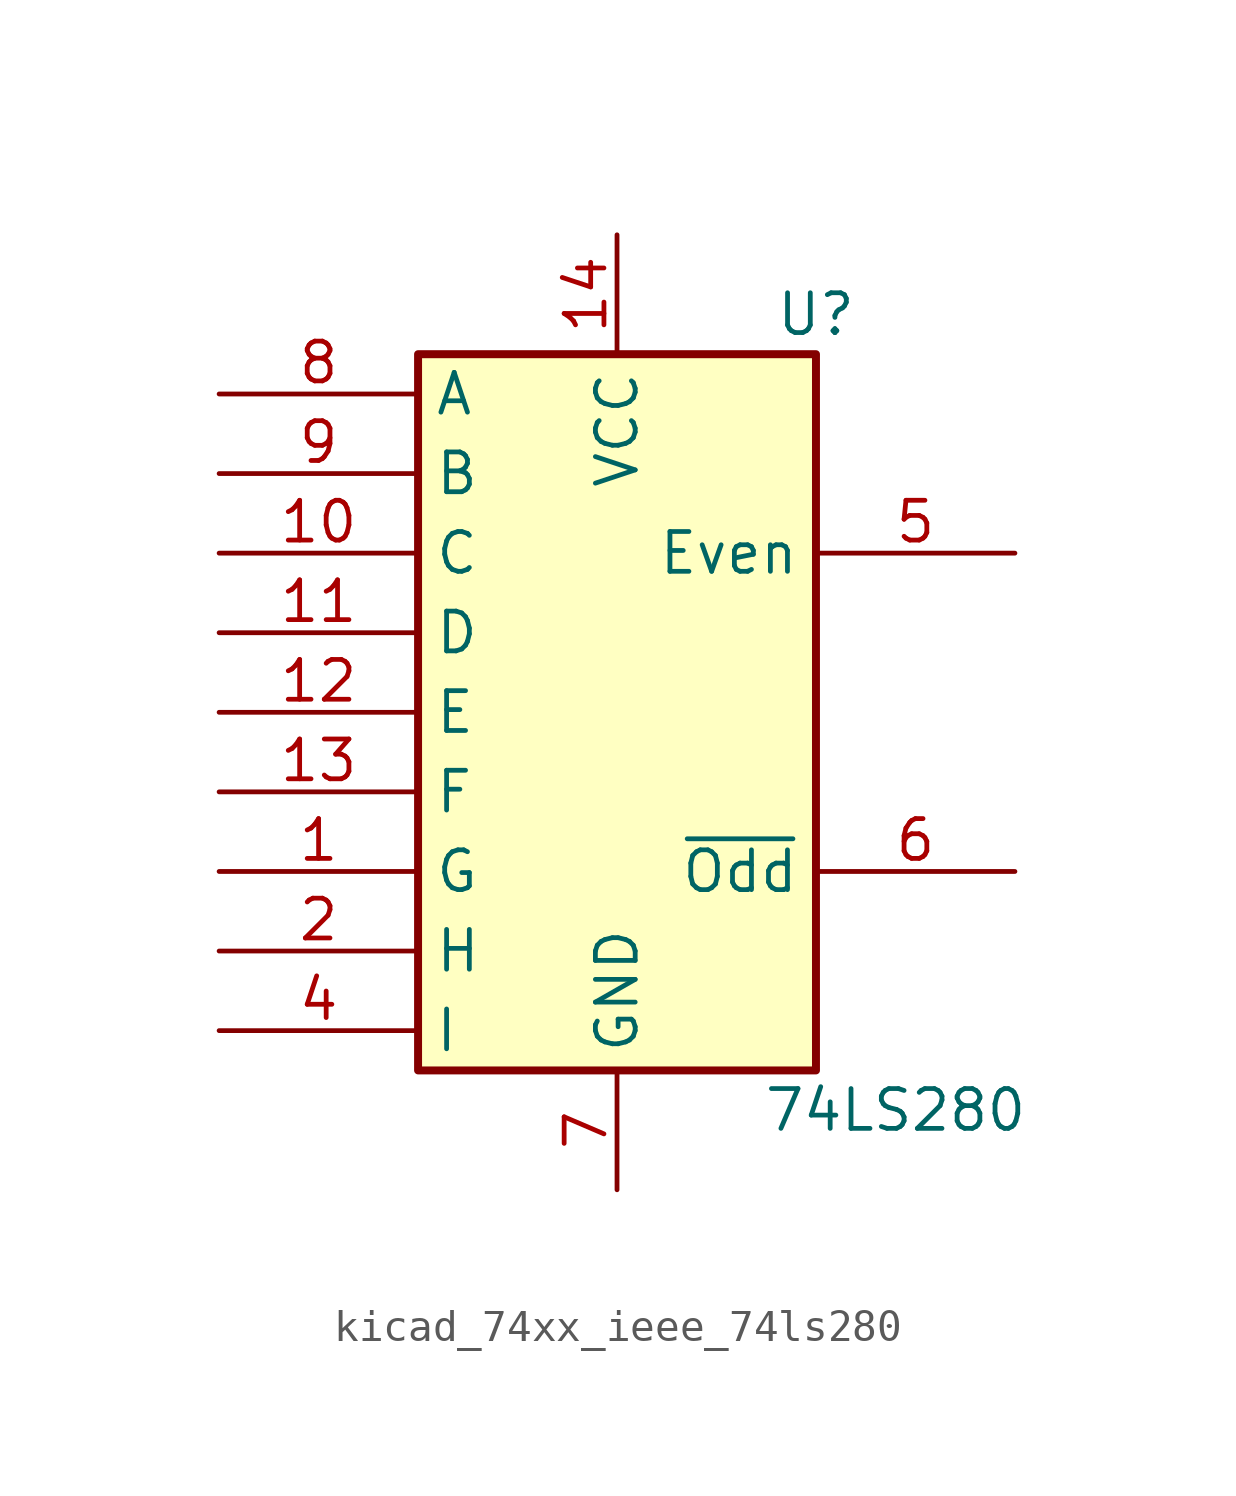
<source format=kicad_sym>
(kicad_symbol_lib
  (version 20220914)
  (generator kicad_symbol_editor)
  (symbol "kicad_74xx_ieee_74ls280"
    (property "Reference" "U"
      (at 6.35 12.7 0)
      (effects (font (size 1.27 1.27))))
    (property "Value" "74LS280"
      (at 8.89 -12.7 0)
      (effects (font (size 1.27 1.27))))
    (symbol "kicad_74xx_ieee_74ls280_0_0"
      (rectangle (start -6.35 11.43) (end 6.35 -11.43) (stroke (width 0.254) (type default)) (fill (type background)))
      (pin power_in line (at 0 15.24 270) (length 3.81) (name "VCC" (effects (font (size 1.27 1.27)))) (number "14" (effects (font (size 1.27 1.27)))))
      (pin power_in line (at 0 -15.24 90) (length 3.81) (name "GND" (effects (font (size 1.27 1.27)))) (number "7" (effects (font (size 1.27 1.27))))))
    (symbol "kicad_74xx_ieee_74ls280_1_1"
      (pin input line (at -12.7 -5.08 0) (length 6.35) (name "G" (effects (font (size 1.27 1.27)))) (number "1" (effects (font (size 1.27 1.27)))))
      (pin input line (at -12.7 5.08 0) (length 6.35) (name "C" (effects (font (size 1.27 1.27)))) (number "10" (effects (font (size 1.27 1.27)))))
      (pin input line (at -12.7 2.54 0) (length 6.35) (name "D" (effects (font (size 1.27 1.27)))) (number "11" (effects (font (size 1.27 1.27)))))
      (pin input line (at -12.7 0 0) (length 6.35) (name "E" (effects (font (size 1.27 1.27)))) (number "12" (effects (font (size 1.27 1.27)))))
      (pin input line (at -12.7 -2.54 0) (length 6.35) (name "F" (effects (font (size 1.27 1.27)))) (number "13" (effects (font (size 1.27 1.27)))))
      (pin input line (at -12.7 -7.62 0) (length 6.35) (name "H" (effects (font (size 1.27 1.27)))) (number "2" (effects (font (size 1.27 1.27)))))
      (pin input line (at -12.7 -10.16 0) (length 6.35) (name "I" (effects (font (size 1.27 1.27)))) (number "4" (effects (font (size 1.27 1.27)))))
      (pin output line (at 12.7 5.08 180) (length 6.35) (name "Even" (effects (font (size 1.27 1.27)))) (number "5" (effects (font (size 1.27 1.27)))))
      (pin output line (at 12.7 -5.08 180) (length 6.35) (name "~{Odd}" (effects (font (size 1.27 1.27)))) (number "6" (effects (font (size 1.27 1.27)))))
      (pin input line (at -12.7 10.16 0) (length 6.35) (name "A" (effects (font (size 1.27 1.27)))) (number "8" (effects (font (size 1.27 1.27)))))
      (pin input line (at -12.7 7.62 0) (length 6.35) (name "B" (effects (font (size 1.27 1.27)))) (number "9" (effects (font (size 1.27 1.27))))))))
</source>
